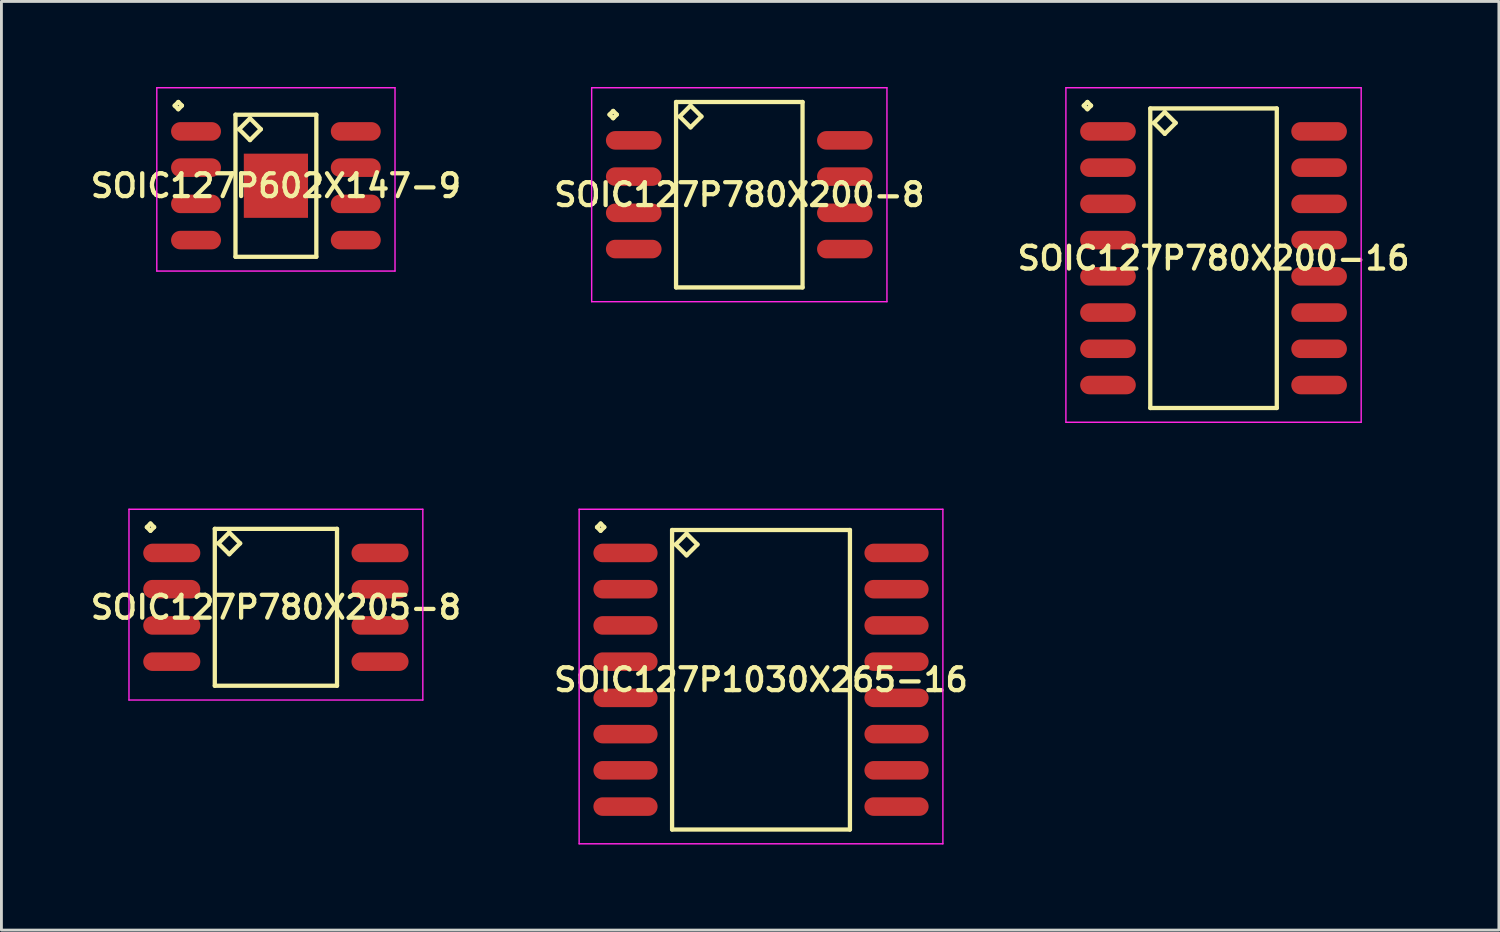
<source format=kicad_pcb>
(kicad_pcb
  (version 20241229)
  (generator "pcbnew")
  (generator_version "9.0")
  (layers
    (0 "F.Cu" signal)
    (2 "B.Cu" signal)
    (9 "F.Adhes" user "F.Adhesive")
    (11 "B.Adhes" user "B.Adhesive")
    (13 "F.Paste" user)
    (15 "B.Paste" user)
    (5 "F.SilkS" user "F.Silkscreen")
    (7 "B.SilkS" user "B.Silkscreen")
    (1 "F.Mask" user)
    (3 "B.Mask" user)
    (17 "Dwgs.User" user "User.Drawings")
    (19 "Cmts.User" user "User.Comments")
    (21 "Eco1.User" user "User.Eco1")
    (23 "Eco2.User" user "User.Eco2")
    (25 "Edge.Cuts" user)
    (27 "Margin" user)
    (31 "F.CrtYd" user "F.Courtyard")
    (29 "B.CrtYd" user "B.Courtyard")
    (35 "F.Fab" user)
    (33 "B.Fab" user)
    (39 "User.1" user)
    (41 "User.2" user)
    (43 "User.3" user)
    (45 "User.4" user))
  (footprint "SOIC127P780X200-8"
    (layer "F.Cu")
    (at 22.864 3.775)
    (property "Reference" "SOIC127P780X200-8" (at 0 0 0) (layer "F.SilkS") (effects (font (size 0.8 0.8) (thickness 0.15))))
    (attr smd)
    (fp_line (start -4.548 -2.809) (end -4.421 -2.936) (stroke (width 0.15) (type solid)) (layer "F.SilkS"))
    (fp_line (start -4.421 -2.936) (end -4.294 -2.809) (stroke (width 0.15) (type solid)) (layer "F.SilkS"))
    (fp_line (start -4.421 -2.682) (end -4.548 -2.809) (stroke (width 0.15) (type solid)) (layer "F.SilkS"))
    (fp_line (start -4.294 -2.809) (end -4.421 -2.682) (stroke (width 0.15) (type solid)) (layer "F.SilkS"))
    (fp_line (start -2.217 -3.25) (end -2.217 3.25) (stroke (width 0.15) (type solid)) (layer "F.SilkS"))
    (fp_line (start -2.217 3.25) (end 2.217 3.25) (stroke (width 0.15) (type solid)) (layer "F.SilkS"))
    (fp_line (start -2.09 -2.742) (end -1.709 -3.123) (stroke (width 0.15) (type solid)) (layer "F.SilkS"))
    (fp_line (start -1.709 -3.123) (end -1.328 -2.742) (stroke (width 0.15) (type solid)) (layer "F.SilkS"))
    (fp_line (start -1.709 -2.361) (end -2.09 -2.742) (stroke (width 0.15) (type solid)) (layer "F.SilkS"))
    (fp_line (start -1.328 -2.742) (end -1.709 -2.361) (stroke (width 0.15) (type solid)) (layer "F.SilkS"))
    (fp_line (start 2.217 -3.25) (end -2.217 -3.25) (stroke (width 0.15) (type solid)) (layer "F.SilkS"))
    (fp_line (start 2.217 3.25) (end 2.217 -3.25) (stroke (width 0.15) (type solid)) (layer "F.SilkS"))
    (fp_line (start -5.175 -3.75) (end 5.175 -3.75) (stroke (width 0.05) (type solid)) (layer "F.CrtYd"))
    (fp_line (start -5.175 3.75) (end -5.175 -3.75) (stroke (width 0.05) (type solid)) (layer "F.CrtYd"))
    (fp_line (start 5.175 -3.75) (end 5.175 3.75) (stroke (width 0.05) (type solid)) (layer "F.CrtYd"))
    (fp_line (start 5.175 3.75) (end -5.175 3.75) (stroke (width 0.05) (type solid)) (layer "F.CrtYd"))
    (pad "1" smd oval (at -3.7 -1.905) (size 1.95 0.65) (layers "F.Cu" "F.Mask" "F.Paste"))
    (pad "2" smd oval (at -3.7 -0.635) (size 1.95 0.65) (layers "F.Cu" "F.Mask" "F.Paste"))
    (pad "3" smd oval (at -3.7 0.635) (size 1.95 0.65) (layers "F.Cu" "F.Mask" "F.Paste"))
    (pad "4" smd oval (at -3.7 1.905) (size 1.95 0.65) (layers "F.Cu" "F.Mask" "F.Paste"))
    (pad "5" smd oval (at 3.7 1.905) (size 1.95 0.65) (layers "F.Cu" "F.Mask" "F.Paste"))
    (pad "6" smd oval (at 3.7 0.635) (size 1.95 0.65) (layers "F.Cu" "F.Mask" "F.Paste"))
    (pad "7" smd oval (at 3.7 -0.635) (size 1.95 0.65) (layers "F.Cu" "F.Mask" "F.Paste"))
    (pad "8" smd oval (at 3.7 -1.905) (size 1.95 0.65) (layers "F.Cu" "F.Mask" "F.Paste")))
  (footprint "SOIC127P602X147-9"
    (layer "F.Cu")
    (at 6.621 3.461)
    (property "Reference" "SOIC127P602X147-9" (at 0 0 0) (layer "F.SilkS") (effects (font (size 0.8 0.8) (thickness 0.15))))
    (attr smd)
    (fp_line (start -3.548 -2.809) (end -3.421 -2.936) (stroke (width 0.15) (type solid)) (layer "F.SilkS"))
    (fp_line (start -3.421 -2.936) (end -3.294 -2.809) (stroke (width 0.15) (type solid)) (layer "F.SilkS"))
    (fp_line (start -3.421 -2.682) (end -3.548 -2.809) (stroke (width 0.15) (type solid)) (layer "F.SilkS"))
    (fp_line (start -3.294 -2.809) (end -3.421 -2.682) (stroke (width 0.15) (type solid)) (layer "F.SilkS"))
    (fp_line (start -1.417 -2.49) (end -1.417 2.49) (stroke (width 0.15) (type solid)) (layer "F.SilkS"))
    (fp_line (start -1.417 2.49) (end 1.417 2.49) (stroke (width 0.15) (type solid)) (layer "F.SilkS"))
    (fp_line (start -1.29 -1.982) (end -0.909 -2.363) (stroke (width 0.15) (type solid)) (layer "F.SilkS"))
    (fp_line (start -0.909 -2.363) (end -0.528 -1.982) (stroke (width 0.15) (type solid)) (layer "F.SilkS"))
    (fp_line (start -0.909 -1.601) (end -1.29 -1.982) (stroke (width 0.15) (type solid)) (layer "F.SilkS"))
    (fp_line (start -0.528 -1.982) (end -0.909 -1.601) (stroke (width 0.15) (type solid)) (layer "F.SilkS"))
    (fp_line (start 1.417 -2.49) (end -1.417 -2.49) (stroke (width 0.15) (type solid)) (layer "F.SilkS"))
    (fp_line (start 1.417 2.49) (end 1.417 -2.49) (stroke (width 0.15) (type solid)) (layer "F.SilkS"))
    (fp_line (start -4.175 -3.436) (end 4.175 -3.436) (stroke (width 0.05) (type solid)) (layer "F.CrtYd"))
    (fp_line (start -4.175 2.99) (end -4.175 -3.436) (stroke (width 0.05) (type solid)) (layer "F.CrtYd"))
    (fp_line (start 4.175 -3.436) (end 4.175 2.99) (stroke (width 0.05) (type solid)) (layer "F.CrtYd"))
    (fp_line (start 4.175 2.99) (end -4.175 2.99) (stroke (width 0.05) (type solid)) (layer "F.CrtYd"))
    (pad "1" smd oval (at -2.8 -1.905) (size 1.75 0.65) (layers "F.Cu" "F.Mask" "F.Paste"))
    (pad "2" smd oval (at -2.8 -0.635) (size 1.75 0.65) (layers "F.Cu" "F.Mask" "F.Paste"))
    (pad "3" smd oval (at -2.8 0.635) (size 1.75 0.65) (layers "F.Cu" "F.Mask" "F.Paste"))
    (pad "4" smd oval (at -2.8 1.905) (size 1.75 0.65) (layers "F.Cu" "F.Mask" "F.Paste"))
    (pad "5" smd oval (at 2.8 1.905) (size 1.75 0.65) (layers "F.Cu" "F.Mask" "F.Paste"))
    (pad "6" smd oval (at 2.8 0.635) (size 1.75 0.65) (layers "F.Cu" "F.Mask" "F.Paste"))
    (pad "7" smd oval (at 2.8 -0.635) (size 1.75 0.65) (layers "F.Cu" "F.Mask" "F.Paste"))
    (pad "8" smd oval (at 2.8 -1.905) (size 1.75 0.65) (layers "F.Cu" "F.Mask" "F.Paste"))
    (pad "9" smd rect (at 0 0) (size 2.25 2.25) (layers "F.Cu" "F.Mask" "F.Paste")))
  (footprint "SOIC127P780X205-8"
    (layer "F.Cu")
    (at 6.621 18.237)
    (property "Reference" "SOIC127P780X205-8" (at 0 0 0) (layer "F.SilkS") (effects (font (size 0.8 0.8) (thickness 0.15))))
    (attr smd)
    (fp_line (start -4.523 -2.809) (end -4.396 -2.936) (stroke (width 0.15) (type solid)) (layer "F.SilkS"))
    (fp_line (start -4.396 -2.936) (end -4.269 -2.809) (stroke (width 0.15) (type solid)) (layer "F.SilkS"))
    (fp_line (start -4.396 -2.682) (end -4.523 -2.809) (stroke (width 0.15) (type solid)) (layer "F.SilkS"))
    (fp_line (start -4.269 -2.809) (end -4.396 -2.682) (stroke (width 0.15) (type solid)) (layer "F.SilkS"))
    (fp_line (start -2.142 -2.75) (end -2.142 2.75) (stroke (width 0.15) (type solid)) (layer "F.SilkS"))
    (fp_line (start -2.142 2.75) (end 2.142 2.75) (stroke (width 0.15) (type solid)) (layer "F.SilkS"))
    (fp_line (start -2.015 -2.242) (end -1.634 -2.623) (stroke (width 0.15) (type solid)) (layer "F.SilkS"))
    (fp_line (start -1.634 -2.623) (end -1.253 -2.242) (stroke (width 0.15) (type solid)) (layer "F.SilkS"))
    (fp_line (start -1.634 -1.861) (end -2.015 -2.242) (stroke (width 0.15) (type solid)) (layer "F.SilkS"))
    (fp_line (start -1.253 -2.242) (end -1.634 -1.861) (stroke (width 0.15) (type solid)) (layer "F.SilkS"))
    (fp_line (start 2.142 -2.75) (end -2.142 -2.75) (stroke (width 0.15) (type solid)) (layer "F.SilkS"))
    (fp_line (start 2.142 2.75) (end 2.142 -2.75) (stroke (width 0.15) (type solid)) (layer "F.SilkS"))
    (fp_line (start -5.15 -3.436) (end 5.15 -3.436) (stroke (width 0.05) (type solid)) (layer "F.CrtYd"))
    (fp_line (start -5.15 3.25) (end -5.15 -3.436) (stroke (width 0.05) (type solid)) (layer "F.CrtYd"))
    (fp_line (start 5.15 -3.436) (end 5.15 3.25) (stroke (width 0.05) (type solid)) (layer "F.CrtYd"))
    (fp_line (start 5.15 3.25) (end -5.15 3.25) (stroke (width 0.05) (type solid)) (layer "F.CrtYd"))
    (pad "1" smd oval (at -3.65 -1.905) (size 2 0.65) (layers "F.Cu" "F.Mask" "F.Paste"))
    (pad "2" smd oval (at -3.65 -0.635) (size 2 0.65) (layers "F.Cu" "F.Mask" "F.Paste"))
    (pad "3" smd oval (at -3.65 0.635) (size 2 0.65) (layers "F.Cu" "F.Mask" "F.Paste"))
    (pad "4" smd oval (at -3.65 1.905) (size 2 0.65) (layers "F.Cu" "F.Mask" "F.Paste"))
    (pad "5" smd oval (at 3.65 1.905) (size 2 0.65) (layers "F.Cu" "F.Mask" "F.Paste"))
    (pad "6" smd oval (at 3.65 0.635) (size 2 0.65) (layers "F.Cu" "F.Mask" "F.Paste"))
    (pad "7" smd oval (at 3.65 -0.635) (size 2 0.65) (layers "F.Cu" "F.Mask" "F.Paste"))
    (pad "8" smd oval (at 3.65 -1.905) (size 2 0.65) (layers "F.Cu" "F.Mask" "F.Paste")))
  (footprint "SOIC127P780X200-16"
    (layer "F.Cu")
    (at 39.487 6.001)
    (property "Reference" "SOIC127P780X200-16" (at 0 0 0) (layer "F.SilkS") (effects (font (size 0.8 0.8) (thickness 0.15))))
    (attr smd)
    (fp_line (start -4.548 -5.349) (end -4.421 -5.476) (stroke (width 0.15) (type solid)) (layer "F.SilkS"))
    (fp_line (start -4.421 -5.476) (end -4.294 -5.349) (stroke (width 0.15) (type solid)) (layer "F.SilkS"))
    (fp_line (start -4.421 -5.222) (end -4.548 -5.349) (stroke (width 0.15) (type solid)) (layer "F.SilkS"))
    (fp_line (start -4.294 -5.349) (end -4.421 -5.222) (stroke (width 0.15) (type solid)) (layer "F.SilkS"))
    (fp_line (start -2.217 -5.25) (end -2.217 5.25) (stroke (width 0.15) (type solid)) (layer "F.SilkS"))
    (fp_line (start -2.217 5.25) (end 2.217 5.25) (stroke (width 0.15) (type solid)) (layer "F.SilkS"))
    (fp_line (start -2.09 -4.742) (end -1.709 -5.123) (stroke (width 0.15) (type solid)) (layer "F.SilkS"))
    (fp_line (start -1.709 -5.123) (end -1.328 -4.742) (stroke (width 0.15) (type solid)) (layer "F.SilkS"))
    (fp_line (start -1.709 -4.361) (end -2.09 -4.742) (stroke (width 0.15) (type solid)) (layer "F.SilkS"))
    (fp_line (start -1.328 -4.742) (end -1.709 -4.361) (stroke (width 0.15) (type solid)) (layer "F.SilkS"))
    (fp_line (start 2.217 -5.25) (end -2.217 -5.25) (stroke (width 0.15) (type solid)) (layer "F.SilkS"))
    (fp_line (start 2.217 5.25) (end 2.217 -5.25) (stroke (width 0.15) (type solid)) (layer "F.SilkS"))
    (fp_line (start -5.175 -5.976) (end 5.175 -5.976) (stroke (width 0.05) (type solid)) (layer "F.CrtYd"))
    (fp_line (start -5.175 5.75) (end -5.175 -5.976) (stroke (width 0.05) (type solid)) (layer "F.CrtYd"))
    (fp_line (start 5.175 -5.976) (end 5.175 5.75) (stroke (width 0.05) (type solid)) (layer "F.CrtYd"))
    (fp_line (start 5.175 5.75) (end -5.175 5.75) (stroke (width 0.05) (type solid)) (layer "F.CrtYd"))
    (pad "1" smd oval (at -3.7 -4.445) (size 1.95 0.65) (layers "F.Cu" "F.Mask" "F.Paste"))
    (pad "2" smd oval (at -3.7 -3.175) (size 1.95 0.65) (layers "F.Cu" "F.Mask" "F.Paste"))
    (pad "3" smd oval (at -3.7 -1.905) (size 1.95 0.65) (layers "F.Cu" "F.Mask" "F.Paste"))
    (pad "4" smd oval (at -3.7 -0.635) (size 1.95 0.65) (layers "F.Cu" "F.Mask" "F.Paste"))
    (pad "5" smd oval (at -3.7 0.635) (size 1.95 0.65) (layers "F.Cu" "F.Mask" "F.Paste"))
    (pad "6" smd oval (at -3.7 1.905) (size 1.95 0.65) (layers "F.Cu" "F.Mask" "F.Paste"))
    (pad "7" smd oval (at -3.7 3.175) (size 1.95 0.65) (layers "F.Cu" "F.Mask" "F.Paste"))
    (pad "8" smd oval (at -3.7 4.445) (size 1.95 0.65) (layers "F.Cu" "F.Mask" "F.Paste"))
    (pad "9" smd oval (at 3.7 4.445) (size 1.95 0.65) (layers "F.Cu" "F.Mask" "F.Paste"))
    (pad "10" smd oval (at 3.7 3.175) (size 1.95 0.65) (layers "F.Cu" "F.Mask" "F.Paste"))
    (pad "11" smd oval (at 3.7 1.905) (size 1.95 0.65) (layers "F.Cu" "F.Mask" "F.Paste"))
    (pad "12" smd oval (at 3.7 0.635) (size 1.95 0.65) (layers "F.Cu" "F.Mask" "F.Paste"))
    (pad "13" smd oval (at 3.7 -0.635) (size 1.95 0.65) (layers "F.Cu" "F.Mask" "F.Paste"))
    (pad "14" smd oval (at 3.7 -1.905) (size 1.95 0.65) (layers "F.Cu" "F.Mask" "F.Paste"))
    (pad "15" smd oval (at 3.7 -3.175) (size 1.95 0.65) (layers "F.Cu" "F.Mask" "F.Paste"))
    (pad "16" smd oval (at 3.7 -4.445) (size 1.95 0.65) (layers "F.Cu" "F.Mask" "F.Paste")))
  (footprint "SOIC127P1030X265-16"
    (layer "F.Cu")
    (at 23.625 20.777)
    (property "Reference" "SOIC127P1030X265-16" (at 0 0 0) (layer "F.SilkS") (effects (font (size 0.8 0.8) (thickness 0.15))))
    (attr smd)
    (fp_line (start -5.748 -5.349) (end -5.621 -5.476) (stroke (width 0.15) (type solid)) (layer "F.SilkS"))
    (fp_line (start -5.621 -5.476) (end -5.494 -5.349) (stroke (width 0.15) (type solid)) (layer "F.SilkS"))
    (fp_line (start -5.621 -5.222) (end -5.748 -5.349) (stroke (width 0.15) (type solid)) (layer "F.SilkS"))
    (fp_line (start -5.494 -5.349) (end -5.621 -5.222) (stroke (width 0.15) (type solid)) (layer "F.SilkS"))
    (fp_line (start -3.117 -5.25) (end -3.117 5.25) (stroke (width 0.15) (type solid)) (layer "F.SilkS"))
    (fp_line (start -3.117 5.25) (end 3.117 5.25) (stroke (width 0.15) (type solid)) (layer "F.SilkS"))
    (fp_line (start -2.99 -4.742) (end -2.609 -5.123) (stroke (width 0.15) (type solid)) (layer "F.SilkS"))
    (fp_line (start -2.609 -5.123) (end -2.228 -4.742) (stroke (width 0.15) (type solid)) (layer "F.SilkS"))
    (fp_line (start -2.609 -4.361) (end -2.99 -4.742) (stroke (width 0.15) (type solid)) (layer "F.SilkS"))
    (fp_line (start -2.228 -4.742) (end -2.609 -4.361) (stroke (width 0.15) (type solid)) (layer "F.SilkS"))
    (fp_line (start 3.117 -5.25) (end -3.117 -5.25) (stroke (width 0.15) (type solid)) (layer "F.SilkS"))
    (fp_line (start 3.117 5.25) (end 3.117 -5.25) (stroke (width 0.15) (type solid)) (layer "F.SilkS"))
    (fp_line (start -6.375 -5.976) (end 6.375 -5.976) (stroke (width 0.05) (type solid)) (layer "F.CrtYd"))
    (fp_line (start -6.375 5.75) (end -6.375 -5.976) (stroke (width 0.05) (type solid)) (layer "F.CrtYd"))
    (fp_line (start 6.375 -5.976) (end 6.375 5.75) (stroke (width 0.05) (type solid)) (layer "F.CrtYd"))
    (fp_line (start 6.375 5.75) (end -6.375 5.75) (stroke (width 0.05) (type solid)) (layer "F.CrtYd"))
    (pad "1" smd oval (at -4.75 -4.445) (size 2.25 0.65) (layers "F.Cu" "F.Mask" "F.Paste"))
    (pad "2" smd oval (at -4.75 -3.175) (size 2.25 0.65) (layers "F.Cu" "F.Mask" "F.Paste"))
    (pad "3" smd oval (at -4.75 -1.905) (size 2.25 0.65) (layers "F.Cu" "F.Mask" "F.Paste"))
    (pad "4" smd oval (at -4.75 -0.635) (size 2.25 0.65) (layers "F.Cu" "F.Mask" "F.Paste"))
    (pad "5" smd oval (at -4.75 0.635) (size 2.25 0.65) (layers "F.Cu" "F.Mask" "F.Paste"))
    (pad "6" smd oval (at -4.75 1.905) (size 2.25 0.65) (layers "F.Cu" "F.Mask" "F.Paste"))
    (pad "7" smd oval (at -4.75 3.175) (size 2.25 0.65) (layers "F.Cu" "F.Mask" "F.Paste"))
    (pad "8" smd oval (at -4.75 4.445) (size 2.25 0.65) (layers "F.Cu" "F.Mask" "F.Paste"))
    (pad "9" smd oval (at 4.75 4.445) (size 2.25 0.65) (layers "F.Cu" "F.Mask" "F.Paste"))
    (pad "10" smd oval (at 4.75 3.175) (size 2.25 0.65) (layers "F.Cu" "F.Mask" "F.Paste"))
    (pad "11" smd oval (at 4.75 1.905) (size 2.25 0.65) (layers "F.Cu" "F.Mask" "F.Paste"))
    (pad "12" smd oval (at 4.75 0.635) (size 2.25 0.65) (layers "F.Cu" "F.Mask" "F.Paste"))
    (pad "13" smd oval (at 4.75 -0.635) (size 2.25 0.65) (layers "F.Cu" "F.Mask" "F.Paste"))
    (pad "14" smd oval (at 4.75 -1.905) (size 2.25 0.65) (layers "F.Cu" "F.Mask" "F.Paste"))
    (pad "15" smd oval (at 4.75 -3.175) (size 2.25 0.65) (layers "F.Cu" "F.Mask" "F.Paste"))
    (pad "16" smd oval (at 4.75 -4.445) (size 2.25 0.65) (layers "F.Cu" "F.Mask" "F.Paste")))
  (gr_rect
    (start -3 -3)
    (end 49.489 29.552)
    (stroke (width 0.1) (type default))
    (fill no)
    (layer "Edge.Cuts")))
</source>
